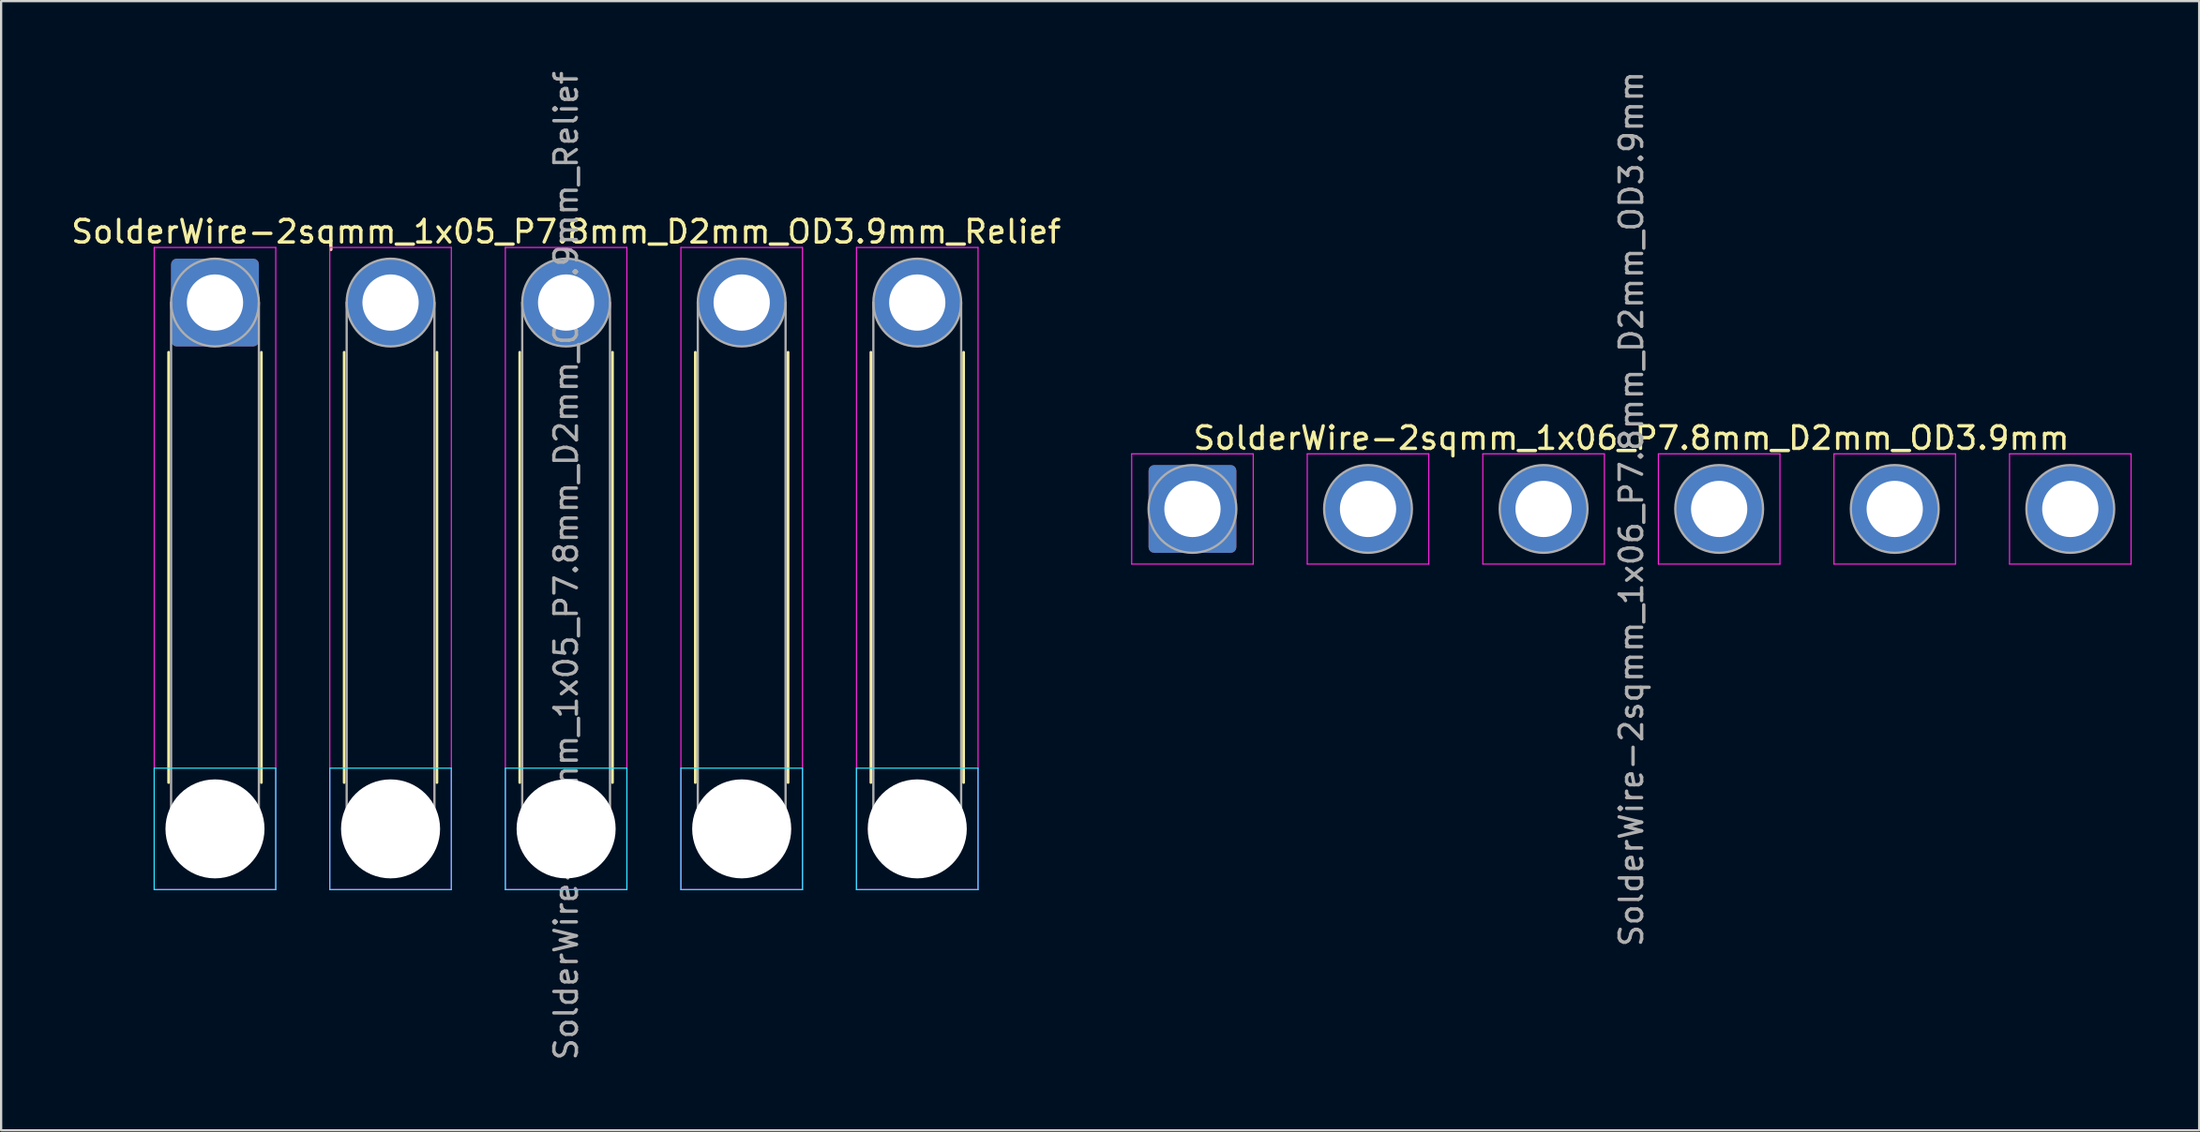
<source format=kicad_pcb>
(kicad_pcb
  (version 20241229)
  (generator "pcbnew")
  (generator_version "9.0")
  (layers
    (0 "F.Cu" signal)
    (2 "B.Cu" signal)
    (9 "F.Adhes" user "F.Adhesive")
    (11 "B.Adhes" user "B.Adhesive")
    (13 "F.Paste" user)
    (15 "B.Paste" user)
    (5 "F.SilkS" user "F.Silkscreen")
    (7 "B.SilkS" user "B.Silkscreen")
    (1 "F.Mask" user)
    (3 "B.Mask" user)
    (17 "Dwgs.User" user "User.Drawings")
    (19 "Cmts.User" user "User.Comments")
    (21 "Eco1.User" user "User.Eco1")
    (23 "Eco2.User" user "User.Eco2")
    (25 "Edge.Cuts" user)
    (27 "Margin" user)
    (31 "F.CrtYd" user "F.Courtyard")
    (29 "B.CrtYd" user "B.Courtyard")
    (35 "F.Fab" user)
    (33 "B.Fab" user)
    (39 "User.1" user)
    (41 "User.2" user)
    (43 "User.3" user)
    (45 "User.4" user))
  (footprint "SolderWire-2sqmm_1x06_P7.8mm_D2mm_OD3.9mm"
    (layer "F.Cu")
    (at 49.927 19.577)
    (property "Reference" "SolderWire-2sqmm_1x06_P7.8mm_D2mm_OD3.9mm" (at 19.5 -3.15 0) (layer "F.SilkS") (effects (font (size 1 1) (thickness 0.15))))
    (attr exclude_from_pos_files exclude_from_bom)
    (fp_line (start -2.7 -2.45) (end -2.7 2.45) (stroke (width 0.05) (type solid)) (layer "F.CrtYd"))
    (fp_line (start -2.7 2.45) (end 2.7 2.45) (stroke (width 0.05) (type solid)) (layer "F.CrtYd"))
    (fp_line (start 2.7 -2.45) (end -2.7 -2.45) (stroke (width 0.05) (type solid)) (layer "F.CrtYd"))
    (fp_line (start 2.7 2.45) (end 2.7 -2.45) (stroke (width 0.05) (type solid)) (layer "F.CrtYd"))
    (fp_line (start 5.1 -2.45) (end 5.1 2.45) (stroke (width 0.05) (type solid)) (layer "F.CrtYd"))
    (fp_line (start 5.1 2.45) (end 10.5 2.45) (stroke (width 0.05) (type solid)) (layer "F.CrtYd"))
    (fp_line (start 10.5 -2.45) (end 5.1 -2.45) (stroke (width 0.05) (type solid)) (layer "F.CrtYd"))
    (fp_line (start 10.5 2.45) (end 10.5 -2.45) (stroke (width 0.05) (type solid)) (layer "F.CrtYd"))
    (fp_line (start 12.9 -2.45) (end 12.9 2.45) (stroke (width 0.05) (type solid)) (layer "F.CrtYd"))
    (fp_line (start 12.9 2.45) (end 18.3 2.45) (stroke (width 0.05) (type solid)) (layer "F.CrtYd"))
    (fp_line (start 18.3 -2.45) (end 12.9 -2.45) (stroke (width 0.05) (type solid)) (layer "F.CrtYd"))
    (fp_line (start 18.3 2.45) (end 18.3 -2.45) (stroke (width 0.05) (type solid)) (layer "F.CrtYd"))
    (fp_line (start 20.7 -2.45) (end 20.7 2.45) (stroke (width 0.05) (type solid)) (layer "F.CrtYd"))
    (fp_line (start 20.7 2.45) (end 26.1 2.45) (stroke (width 0.05) (type solid)) (layer "F.CrtYd"))
    (fp_line (start 26.1 -2.45) (end 20.7 -2.45) (stroke (width 0.05) (type solid)) (layer "F.CrtYd"))
    (fp_line (start 26.1 2.45) (end 26.1 -2.45) (stroke (width 0.05) (type solid)) (layer "F.CrtYd"))
    (fp_line (start 28.5 -2.45) (end 28.5 2.45) (stroke (width 0.05) (type solid)) (layer "F.CrtYd"))
    (fp_line (start 28.5 2.45) (end 33.9 2.45) (stroke (width 0.05) (type solid)) (layer "F.CrtYd"))
    (fp_line (start 33.9 -2.45) (end 28.5 -2.45) (stroke (width 0.05) (type solid)) (layer "F.CrtYd"))
    (fp_line (start 33.9 2.45) (end 33.9 -2.45) (stroke (width 0.05) (type solid)) (layer "F.CrtYd"))
    (fp_line (start 36.3 -2.45) (end 36.3 2.45) (stroke (width 0.05) (type solid)) (layer "F.CrtYd"))
    (fp_line (start 36.3 2.45) (end 41.7 2.45) (stroke (width 0.05) (type solid)) (layer "F.CrtYd"))
    (fp_line (start 41.7 -2.45) (end 36.3 -2.45) (stroke (width 0.05) (type solid)) (layer "F.CrtYd"))
    (fp_line (start 41.7 2.45) (end 41.7 -2.45) (stroke (width 0.05) (type solid)) (layer "F.CrtYd"))
    (fp_circle (center 0 0) (end 1.95 0) (stroke (width 0.1) (type solid)) (fill no) (layer "F.Fab"))
    (fp_circle (center 7.8 0) (end 9.75 0) (stroke (width 0.1) (type solid)) (fill no) (layer "F.Fab"))
    (fp_circle (center 15.6 0) (end 17.55 0) (stroke (width 0.1) (type solid)) (fill no) (layer "F.Fab"))
    (fp_circle (center 23.4 0) (end 25.35 0) (stroke (width 0.1) (type solid)) (fill no) (layer "F.Fab"))
    (fp_circle (center 31.2 0) (end 33.15 0) (stroke (width 0.1) (type solid)) (fill no) (layer "F.Fab"))
    (fp_circle (center 39 0) (end 40.95 0) (stroke (width 0.1) (type solid)) (fill no) (layer "F.Fab"))
    (fp_text user "${REFERENCE}" (at 19.5 0 90) (layer "F.Fab") (effects (font (size 1 1) (thickness 0.15))))
    (pad "1" thru_hole roundrect (at 0 0) (size 3.9 3.9) (drill 2.5) (layers "*.Cu" "*.Mask") (roundrect_rratio 0.064))
    (pad "2" thru_hole circle (at 7.8 0) (size 3.9 3.9) (drill 2.5) (layers "*.Cu" "*.Mask"))
    (pad "3" thru_hole circle (at 15.6 0) (size 3.9 3.9) (drill 2.5) (layers "*.Cu" "*.Mask"))
    (pad "4" thru_hole circle (at 23.4 0) (size 3.9 3.9) (drill 2.5) (layers "*.Cu" "*.Mask"))
    (pad "5" thru_hole circle (at 31.2 0) (size 3.9 3.9) (drill 2.5) (layers "*.Cu" "*.Mask"))
    (pad "6" thru_hole circle (at 39 0) (size 3.9 3.9) (drill 2.5) (layers "*.Cu" "*.Mask")))
  (footprint "SolderWire-2sqmm_1x05_P7.8mm_D2mm_OD3.9mm_Relief"
    (layer "F.Cu")
    (at 6.501 10.401)
    (property "Reference" "SolderWire-2sqmm_1x05_P7.8mm_D2mm_OD3.9mm_Relief" (at 15.6 -3.15 0) (layer "F.SilkS") (effects (font (size 1 1) (thickness 0.15))))
    (attr exclude_from_pos_files exclude_from_bom)
    (fp_line (start -2.06 2.21) (end -2.06 21.34) (stroke (width 0.12) (type solid)) (layer "F.SilkS"))
    (fp_line (start 2.06 2.21) (end 2.06 21.34) (stroke (width 0.12) (type solid)) (layer "F.SilkS"))
    (fp_line (start 5.74 2.21) (end 5.74 21.34) (stroke (width 0.12) (type solid)) (layer "F.SilkS"))
    (fp_line (start 9.86 2.21) (end 9.86 21.34) (stroke (width 0.12) (type solid)) (layer "F.SilkS"))
    (fp_line (start 13.54 2.21) (end 13.54 21.34) (stroke (width 0.12) (type solid)) (layer "F.SilkS"))
    (fp_line (start 17.66 2.21) (end 17.66 21.34) (stroke (width 0.12) (type solid)) (layer "F.SilkS"))
    (fp_line (start 21.34 2.21) (end 21.34 21.34) (stroke (width 0.12) (type solid)) (layer "F.SilkS"))
    (fp_line (start 25.46 2.21) (end 25.46 21.34) (stroke (width 0.12) (type solid)) (layer "F.SilkS"))
    (fp_line (start 29.14 2.21) (end 29.14 21.34) (stroke (width 0.12) (type solid)) (layer "F.SilkS"))
    (fp_line (start 33.26 2.21) (end 33.26 21.34) (stroke (width 0.12) (type solid)) (layer "F.SilkS"))
    (fp_line (start -2.7 20.7) (end -2.7 26.1) (stroke (width 0.05) (type solid)) (layer "B.CrtYd"))
    (fp_line (start -2.7 26.1) (end 2.7 26.1) (stroke (width 0.05) (type solid)) (layer "B.CrtYd"))
    (fp_line (start 2.7 20.7) (end -2.7 20.7) (stroke (width 0.05) (type solid)) (layer "B.CrtYd"))
    (fp_line (start 2.7 26.1) (end 2.7 20.7) (stroke (width 0.05) (type solid)) (layer "B.CrtYd"))
    (fp_line (start 5.1 20.7) (end 5.1 26.1) (stroke (width 0.05) (type solid)) (layer "B.CrtYd"))
    (fp_line (start 5.1 26.1) (end 10.5 26.1) (stroke (width 0.05) (type solid)) (layer "B.CrtYd"))
    (fp_line (start 10.5 20.7) (end 5.1 20.7) (stroke (width 0.05) (type solid)) (layer "B.CrtYd"))
    (fp_line (start 10.5 26.1) (end 10.5 20.7) (stroke (width 0.05) (type solid)) (layer "B.CrtYd"))
    (fp_line (start 12.9 20.7) (end 12.9 26.1) (stroke (width 0.05) (type solid)) (layer "B.CrtYd"))
    (fp_line (start 12.9 26.1) (end 18.3 26.1) (stroke (width 0.05) (type solid)) (layer "B.CrtYd"))
    (fp_line (start 18.3 20.7) (end 12.9 20.7) (stroke (width 0.05) (type solid)) (layer "B.CrtYd"))
    (fp_line (start 18.3 26.1) (end 18.3 20.7) (stroke (width 0.05) (type solid)) (layer "B.CrtYd"))
    (fp_line (start 20.7 20.7) (end 20.7 26.1) (stroke (width 0.05) (type solid)) (layer "B.CrtYd"))
    (fp_line (start 20.7 26.1) (end 26.1 26.1) (stroke (width 0.05) (type solid)) (layer "B.CrtYd"))
    (fp_line (start 26.1 20.7) (end 20.7 20.7) (stroke (width 0.05) (type solid)) (layer "B.CrtYd"))
    (fp_line (start 26.1 26.1) (end 26.1 20.7) (stroke (width 0.05) (type solid)) (layer "B.CrtYd"))
    (fp_line (start 28.5 20.7) (end 28.5 26.1) (stroke (width 0.05) (type solid)) (layer "B.CrtYd"))
    (fp_line (start 28.5 26.1) (end 33.9 26.1) (stroke (width 0.05) (type solid)) (layer "B.CrtYd"))
    (fp_line (start 33.9 20.7) (end 28.5 20.7) (stroke (width 0.05) (type solid)) (layer "B.CrtYd"))
    (fp_line (start 33.9 26.1) (end 33.9 20.7) (stroke (width 0.05) (type solid)) (layer "B.CrtYd"))
    (fp_line (start -2.7 -2.45) (end -2.7 26.1) (stroke (width 0.05) (type solid)) (layer "F.CrtYd"))
    (fp_line (start -2.7 26.1) (end 2.7 26.1) (stroke (width 0.05) (type solid)) (layer "F.CrtYd"))
    (fp_line (start 2.7 -2.45) (end -2.7 -2.45) (stroke (width 0.05) (type solid)) (layer "F.CrtYd"))
    (fp_line (start 2.7 26.1) (end 2.7 -2.45) (stroke (width 0.05) (type solid)) (layer "F.CrtYd"))
    (fp_line (start 5.1 -2.45) (end 5.1 26.1) (stroke (width 0.05) (type solid)) (layer "F.CrtYd"))
    (fp_line (start 5.1 26.1) (end 10.5 26.1) (stroke (width 0.05) (type solid)) (layer "F.CrtYd"))
    (fp_line (start 10.5 -2.45) (end 5.1 -2.45) (stroke (width 0.05) (type solid)) (layer "F.CrtYd"))
    (fp_line (start 10.5 26.1) (end 10.5 -2.45) (stroke (width 0.05) (type solid)) (layer "F.CrtYd"))
    (fp_line (start 12.9 -2.45) (end 12.9 26.1) (stroke (width 0.05) (type solid)) (layer "F.CrtYd"))
    (fp_line (start 12.9 26.1) (end 18.3 26.1) (stroke (width 0.05) (type solid)) (layer "F.CrtYd"))
    (fp_line (start 18.3 -2.45) (end 12.9 -2.45) (stroke (width 0.05) (type solid)) (layer "F.CrtYd"))
    (fp_line (start 18.3 26.1) (end 18.3 -2.45) (stroke (width 0.05) (type solid)) (layer "F.CrtYd"))
    (fp_line (start 20.7 -2.45) (end 20.7 26.1) (stroke (width 0.05) (type solid)) (layer "F.CrtYd"))
    (fp_line (start 20.7 26.1) (end 26.1 26.1) (stroke (width 0.05) (type solid)) (layer "F.CrtYd"))
    (fp_line (start 26.1 -2.45) (end 20.7 -2.45) (stroke (width 0.05) (type solid)) (layer "F.CrtYd"))
    (fp_line (start 26.1 26.1) (end 26.1 -2.45) (stroke (width 0.05) (type solid)) (layer "F.CrtYd"))
    (fp_line (start 28.5 -2.45) (end 28.5 26.1) (stroke (width 0.05) (type solid)) (layer "F.CrtYd"))
    (fp_line (start 28.5 26.1) (end 33.9 26.1) (stroke (width 0.05) (type solid)) (layer "F.CrtYd"))
    (fp_line (start 33.9 -2.45) (end 28.5 -2.45) (stroke (width 0.05) (type solid)) (layer "F.CrtYd"))
    (fp_line (start 33.9 26.1) (end 33.9 -2.45) (stroke (width 0.05) (type solid)) (layer "F.CrtYd"))
    (fp_line (start -1.95 0) (end -1.95 23.4) (stroke (width 0.1) (type solid)) (layer "F.Fab"))
    (fp_line (start 1.95 0) (end 1.95 23.4) (stroke (width 0.1) (type solid)) (layer "F.Fab"))
    (fp_line (start 5.85 0) (end 5.85 23.4) (stroke (width 0.1) (type solid)) (layer "F.Fab"))
    (fp_line (start 9.75 0) (end 9.75 23.4) (stroke (width 0.1) (type solid)) (layer "F.Fab"))
    (fp_line (start 13.65 0) (end 13.65 23.4) (stroke (width 0.1) (type solid)) (layer "F.Fab"))
    (fp_line (start 17.55 0) (end 17.55 23.4) (stroke (width 0.1) (type solid)) (layer "F.Fab"))
    (fp_line (start 21.45 0) (end 21.45 23.4) (stroke (width 0.1) (type solid)) (layer "F.Fab"))
    (fp_line (start 25.35 0) (end 25.35 23.4) (stroke (width 0.1) (type solid)) (layer "F.Fab"))
    (fp_line (start 29.25 0) (end 29.25 23.4) (stroke (width 0.1) (type solid)) (layer "F.Fab"))
    (fp_line (start 33.15 0) (end 33.15 23.4) (stroke (width 0.1) (type solid)) (layer "F.Fab"))
    (fp_circle (center 0 0) (end 1.95 0) (stroke (width 0.1) (type solid)) (fill no) (layer "F.Fab"))
    (fp_circle (center 0 23.4) (end 1.95 23.4) (stroke (width 0.1) (type solid)) (fill no) (layer "F.Fab"))
    (fp_circle (center 7.8 0) (end 9.75 0) (stroke (width 0.1) (type solid)) (fill no) (layer "F.Fab"))
    (fp_circle (center 7.8 23.4) (end 9.75 23.4) (stroke (width 0.1) (type solid)) (fill no) (layer "F.Fab"))
    (fp_circle (center 15.6 0) (end 17.55 0) (stroke (width 0.1) (type solid)) (fill no) (layer "F.Fab"))
    (fp_circle (center 15.6 23.4) (end 17.55 23.4) (stroke (width 0.1) (type solid)) (fill no) (layer "F.Fab"))
    (fp_circle (center 23.4 0) (end 25.35 0) (stroke (width 0.1) (type solid)) (fill no) (layer "F.Fab"))
    (fp_circle (center 23.4 23.4) (end 25.35 23.4) (stroke (width 0.1) (type solid)) (fill no) (layer "F.Fab"))
    (fp_circle (center 31.2 0) (end 33.15 0) (stroke (width 0.1) (type solid)) (fill no) (layer "F.Fab"))
    (fp_circle (center 31.2 23.4) (end 33.15 23.4) (stroke (width 0.1) (type solid)) (fill no) (layer "F.Fab"))
    (fp_text user "${REFERENCE}" (at 15.6 11.7 90) (layer "F.Fab") (effects (font (size 1 1) (thickness 0.15))))
    (pad "" np_thru_hole circle (at 0 23.4) (size 4.4 4.4) (drill 4.4) (layers "*.Cu" "*.Mask"))
    (pad "" np_thru_hole circle (at 7.8 23.4) (size 4.4 4.4) (drill 4.4) (layers "*.Cu" "*.Mask"))
    (pad "" np_thru_hole circle (at 15.6 23.4) (size 4.4 4.4) (drill 4.4) (layers "*.Cu" "*.Mask"))
    (pad "" np_thru_hole circle (at 23.4 23.4) (size 4.4 4.4) (drill 4.4) (layers "*.Cu" "*.Mask"))
    (pad "" np_thru_hole circle (at 31.2 23.4) (size 4.4 4.4) (drill 4.4) (layers "*.Cu" "*.Mask"))
    (pad "1" thru_hole roundrect (at 0 0) (size 3.9 3.9) (drill 2.5) (layers "*.Cu" "*.Mask") (roundrect_rratio 0.064))
    (pad "2" thru_hole circle (at 7.8 0) (size 3.9 3.9) (drill 2.5) (layers "*.Cu" "*.Mask"))
    (pad "3" thru_hole circle (at 15.6 0) (size 3.9 3.9) (drill 2.5) (layers "*.Cu" "*.Mask"))
    (pad "4" thru_hole circle (at 23.4 0) (size 3.9 3.9) (drill 2.5) (layers "*.Cu" "*.Mask"))
    (pad "5" thru_hole circle (at 31.2 0) (size 3.9 3.9) (drill 2.5) (layers "*.Cu" "*.Mask")))
  (gr_rect
    (start -3 -3)
    (end 94.652 47.202)
    (stroke (width 0.1) (type default))
    (fill no)
    (layer "Edge.Cuts")))
</source>
